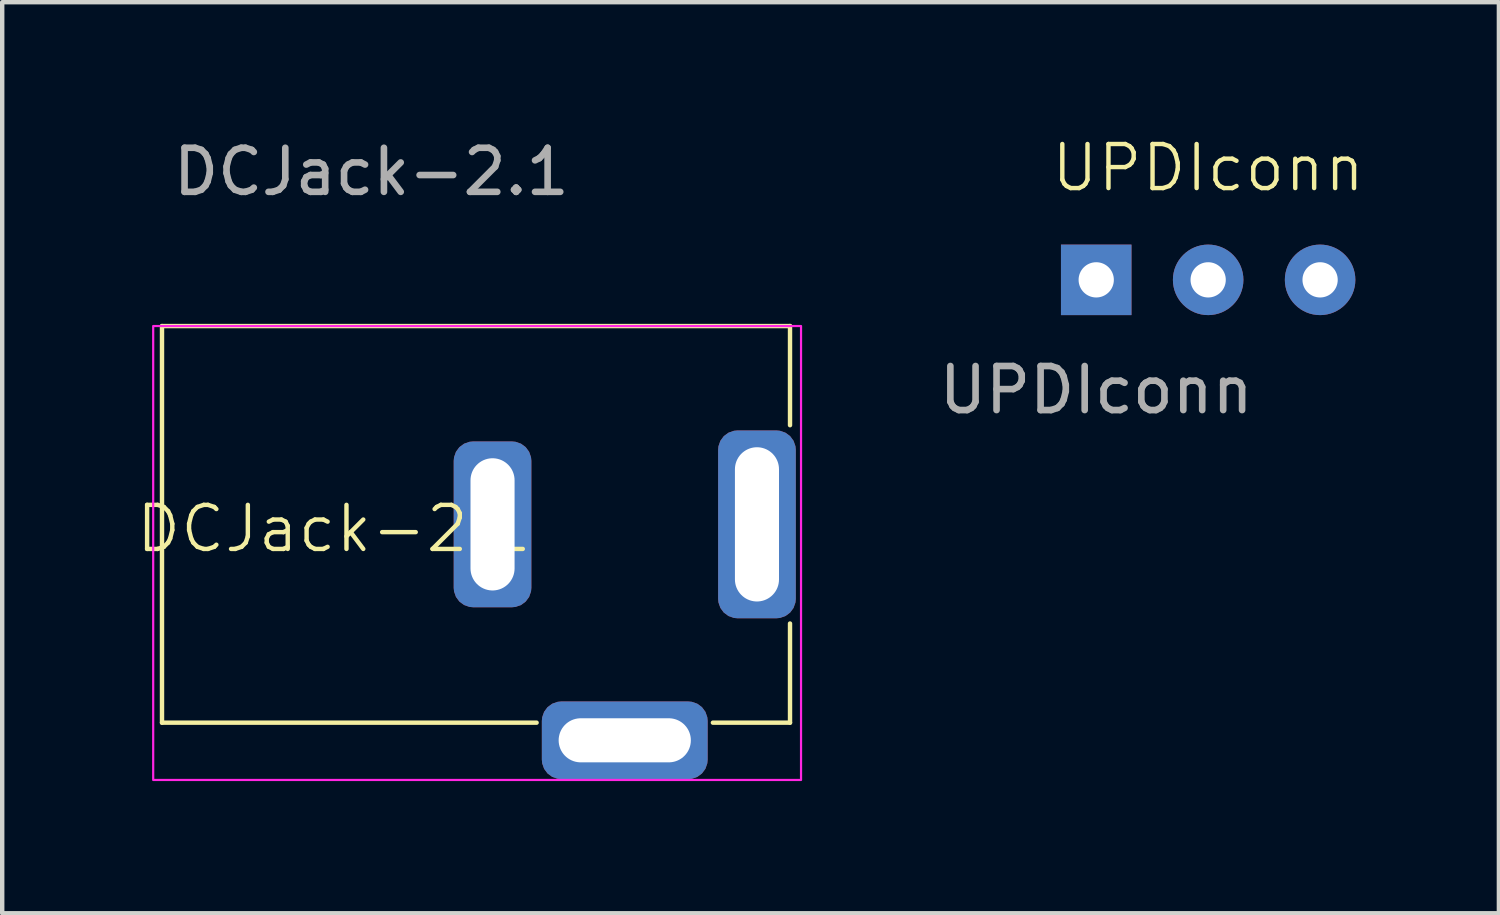
<source format=kicad_pcb>
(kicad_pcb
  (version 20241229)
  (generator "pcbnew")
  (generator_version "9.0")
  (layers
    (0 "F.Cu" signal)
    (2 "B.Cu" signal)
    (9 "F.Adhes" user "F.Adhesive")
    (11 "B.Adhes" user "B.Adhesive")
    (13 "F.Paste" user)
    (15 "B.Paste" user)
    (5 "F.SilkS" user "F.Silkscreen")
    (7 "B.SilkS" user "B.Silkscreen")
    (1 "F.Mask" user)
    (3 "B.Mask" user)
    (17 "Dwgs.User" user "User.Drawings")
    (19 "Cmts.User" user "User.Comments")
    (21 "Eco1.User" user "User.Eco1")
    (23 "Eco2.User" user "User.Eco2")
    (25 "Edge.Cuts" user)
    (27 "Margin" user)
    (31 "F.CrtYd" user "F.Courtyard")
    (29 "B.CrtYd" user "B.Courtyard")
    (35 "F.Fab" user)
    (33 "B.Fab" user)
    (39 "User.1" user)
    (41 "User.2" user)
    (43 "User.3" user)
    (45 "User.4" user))
  (footprint "DCJack-2.1"
    (layer "F.Cu")
    (at 8.126 8.848)
    (property "Reference" "DCJack-2.1" (at -3.6 0.1 0) (unlocked yes) (layer "F.SilkS") (effects (font (size 1 1) (thickness 0.1))))
    (attr through_hole)
    (fp_line (start -7.5 -4.5) (end -7.5 4.5) (stroke (width 0.1) (type default)) (layer "F.SilkS"))
    (fp_line (start -7.5 -4.5) (end 6.75 -4.5) (stroke (width 0.1) (type default)) (layer "F.SilkS"))
    (fp_line (start 1 4.5) (end -7.5 4.5) (stroke (width 0.1) (type default)) (layer "F.SilkS"))
    (fp_line (start 5 4.5) (end 6.75 4.5) (stroke (width 0.1) (type default)) (layer "F.SilkS"))
    (fp_line (start 6.75 -4.5) (end 6.75 -2.25) (stroke (width 0.1) (type default)) (layer "F.SilkS"))
    (fp_line (start 6.75 2.25) (end 6.75 4.5) (stroke (width 0.1) (type default)) (layer "F.SilkS"))
    (fp_rect (start -7.7 -4.5) (end 7 5.8) (stroke (width 0.05) (type default)) (fill no) (layer "F.CrtYd"))
    (fp_text user "${REFERENCE}" (at -2.75 -8 0) (unlocked yes) (layer "F.Fab") (effects (font (size 1 1) (thickness 0.15))))
    (pad "1" thru_hole roundrect (at 6 0 90) (size 4.262 1.762) (drill oval 3.5 1) (layers "*.Cu" "*.Mask") (roundrect_rratio 0.25))
    (pad "2" thru_hole roundrect (at 0 0 90) (size 3.762 1.762) (drill oval 3 1) (layers "*.Cu" "*.Mask") (roundrect_rratio 0.25))
    (pad "2" thru_hole roundrect (at 3 4.9) (size 3.762 1.762) (drill oval 3 1) (layers "*.Cu" "*.Mask") (roundrect_rratio 0.25)))
  (footprint "UPDIconn"
    (layer "F.Cu")
    (at 21.824 3.3)
    (property "Reference" "UPDIconn" (at 2.54 -2.54 0) (unlocked yes) (layer "F.SilkS") (effects (font (size 1 1) (thickness 0.1))))
    (attr through_hole)
    (fp_text user "${REFERENCE}" (at 0 2.5 0) (unlocked yes) (layer "F.Fab") (effects (font (size 1 1) (thickness 0.15))))
    (pad "1" thru_hole rect (at 0 0) (size 1.6 1.6) (drill 0.8) (layers "*.Cu" "*.Mask"))
    (pad "2" thru_hole circle (at 2.54 0) (size 1.6 1.6) (drill 0.8) (layers "*.Cu" "*.Mask"))
    (pad "3" thru_hole circle (at 5.08 0) (size 1.6 1.6) (drill 0.8) (layers "*.Cu" "*.Mask")))
  (gr_rect
    (start -3 -3)
    (end 30.961 17.673)
    (stroke (width 0.1) (type default))
    (fill no)
    (layer "Edge.Cuts")))
</source>
